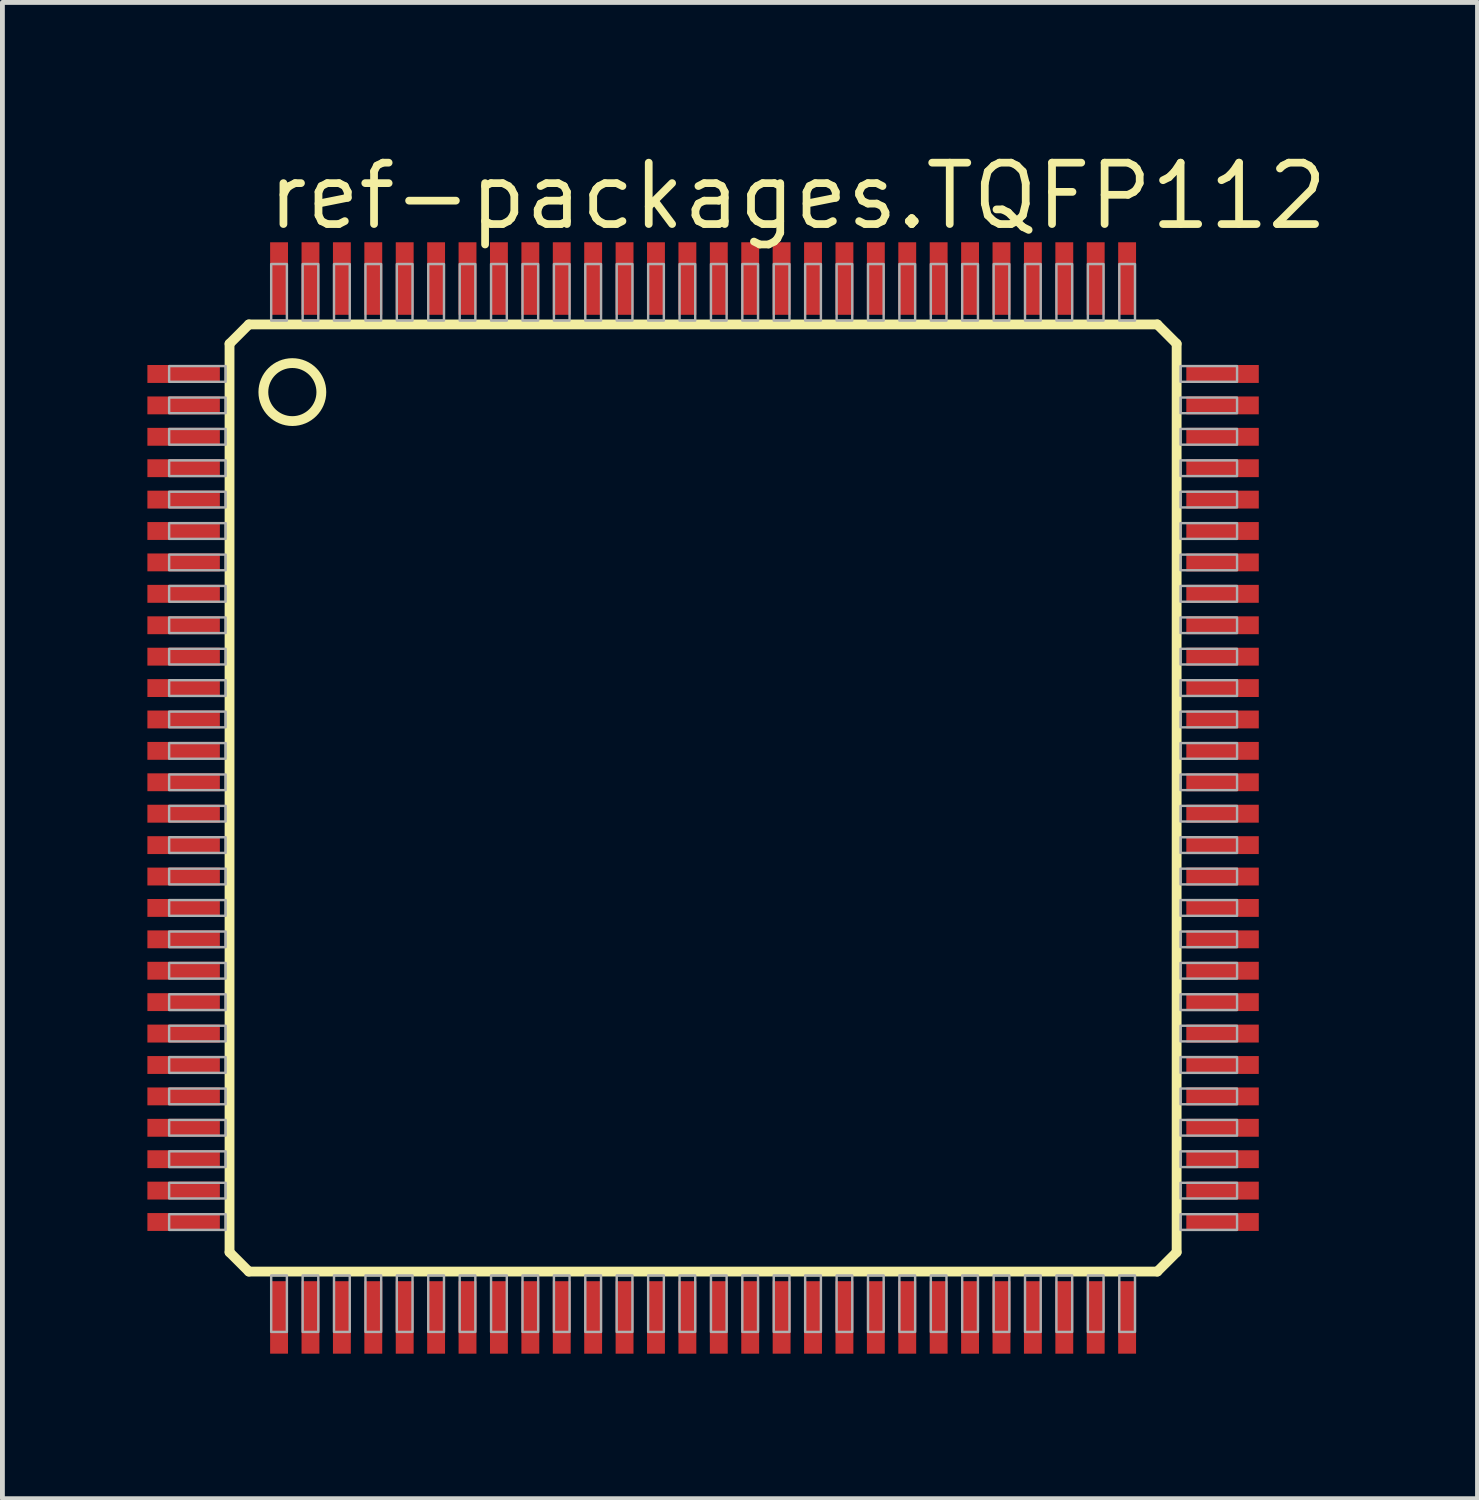
<source format=kicad_pcb>
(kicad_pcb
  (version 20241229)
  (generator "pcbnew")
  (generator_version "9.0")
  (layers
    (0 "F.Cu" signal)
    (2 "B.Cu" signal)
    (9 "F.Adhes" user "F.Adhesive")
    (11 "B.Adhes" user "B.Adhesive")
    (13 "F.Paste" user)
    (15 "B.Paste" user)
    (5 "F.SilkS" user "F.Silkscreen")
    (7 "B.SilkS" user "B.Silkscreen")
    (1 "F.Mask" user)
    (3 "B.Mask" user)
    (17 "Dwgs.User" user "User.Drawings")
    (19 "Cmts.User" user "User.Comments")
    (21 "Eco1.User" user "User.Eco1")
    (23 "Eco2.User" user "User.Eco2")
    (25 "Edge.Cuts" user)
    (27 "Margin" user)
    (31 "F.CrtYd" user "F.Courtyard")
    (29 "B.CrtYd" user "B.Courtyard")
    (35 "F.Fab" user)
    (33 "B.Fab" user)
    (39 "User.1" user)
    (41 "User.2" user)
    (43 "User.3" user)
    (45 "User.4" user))
  (footprint "ref-packages.TQFP112"
    (layer "F.Cu")
    (at 11.5 13.464)
    (property "Reference" "ref-packages.TQFP112" (at -9.092 -11.714 0) (layer "F.SilkS") (effects (font (size 1.27 1.27) (thickness 0.16)) (justify left bottom)))
    (attr smd)
    (fp_line (start -9.8 9.4) (end -9.8 -9.4) (stroke (width 0.203) (type default)) (layer "F.SilkS"))
    (fp_line (start -9.8 9.4) (end -9.4 9.8) (stroke (width 0.203) (type default)) (layer "F.SilkS"))
    (fp_line (start -9.4 -9.8) (end -9.8 -9.4) (stroke (width 0.203) (type default)) (layer "F.SilkS"))
    (fp_line (start -9.4 -9.8) (end 9.4 -9.8) (stroke (width 0.203) (type default)) (layer "F.SilkS"))
    (fp_line (start 9.4 9.8) (end -9.4 9.8) (stroke (width 0.203) (type default)) (layer "F.SilkS"))
    (fp_line (start 9.4 9.8) (end 9.8 9.4) (stroke (width 0.203) (type default)) (layer "F.SilkS"))
    (fp_line (start 9.8 -9.4) (end 9.4 -9.8) (stroke (width 0.203) (type default)) (layer "F.SilkS"))
    (fp_line (start 9.8 -9.4) (end 9.8 9.4) (stroke (width 0.203) (type default)) (layer "F.SilkS"))
    (fp_circle (center -8.5 -8.4) (end -7.9 -8.4) (stroke (width 0.203) (type default)) (fill no) (layer "F.SilkS"))
    (fp_rect (start -11.05 -8.613) (end -9.88 -8.938) (stroke (width 0.05) (type default)) (fill no) (layer "F.Fab"))
    (fp_rect (start -11.05 -7.963) (end -9.88 -8.287) (stroke (width 0.05) (type default)) (fill no) (layer "F.Fab"))
    (fp_rect (start -11.05 -7.312) (end -9.88 -7.638) (stroke (width 0.05) (type default)) (fill no) (layer "F.Fab"))
    (fp_rect (start -11.05 -6.662) (end -9.88 -6.987) (stroke (width 0.05) (type default)) (fill no) (layer "F.Fab"))
    (fp_rect (start -11.05 -6.013) (end -9.88 -6.338) (stroke (width 0.05) (type default)) (fill no) (layer "F.Fab"))
    (fp_rect (start -11.05 -5.362) (end -9.88 -5.688) (stroke (width 0.05) (type default)) (fill no) (layer "F.Fab"))
    (fp_rect (start -11.05 -4.713) (end -9.88 -5.037) (stroke (width 0.05) (type default)) (fill no) (layer "F.Fab"))
    (fp_rect (start -11.05 -4.062) (end -9.88 -4.388) (stroke (width 0.05) (type default)) (fill no) (layer "F.Fab"))
    (fp_rect (start -11.05 -3.413) (end -9.88 -3.737) (stroke (width 0.05) (type default)) (fill no) (layer "F.Fab"))
    (fp_rect (start -11.05 -2.763) (end -9.88 -3.087) (stroke (width 0.05) (type default)) (fill no) (layer "F.Fab"))
    (fp_rect (start -11.05 -2.112) (end -9.88 -2.438) (stroke (width 0.05) (type default)) (fill no) (layer "F.Fab"))
    (fp_rect (start -11.05 -1.462) (end -9.88 -1.788) (stroke (width 0.05) (type default)) (fill no) (layer "F.Fab"))
    (fp_rect (start -11.05 -0.812) (end -9.88 -1.137) (stroke (width 0.05) (type default)) (fill no) (layer "F.Fab"))
    (fp_rect (start -11.05 -0.163) (end -9.88 -0.487) (stroke (width 0.05) (type default)) (fill no) (layer "F.Fab"))
    (fp_rect (start -11.05 0.487) (end -9.88 0.163) (stroke (width 0.05) (type default)) (fill no) (layer "F.Fab"))
    (fp_rect (start -11.05 1.137) (end -9.88 0.812) (stroke (width 0.05) (type default)) (fill no) (layer "F.Fab"))
    (fp_rect (start -11.05 1.788) (end -9.88 1.462) (stroke (width 0.05) (type default)) (fill no) (layer "F.Fab"))
    (fp_rect (start -11.05 2.438) (end -9.88 2.112) (stroke (width 0.05) (type default)) (fill no) (layer "F.Fab"))
    (fp_rect (start -11.05 3.087) (end -9.88 2.763) (stroke (width 0.05) (type default)) (fill no) (layer "F.Fab"))
    (fp_rect (start -11.05 3.737) (end -9.88 3.413) (stroke (width 0.05) (type default)) (fill no) (layer "F.Fab"))
    (fp_rect (start -11.05 4.388) (end -9.88 4.062) (stroke (width 0.05) (type default)) (fill no) (layer "F.Fab"))
    (fp_rect (start -11.05 5.037) (end -9.88 4.713) (stroke (width 0.05) (type default)) (fill no) (layer "F.Fab"))
    (fp_rect (start -11.05 5.688) (end -9.88 5.362) (stroke (width 0.05) (type default)) (fill no) (layer "F.Fab"))
    (fp_rect (start -11.05 6.338) (end -9.88 6.013) (stroke (width 0.05) (type default)) (fill no) (layer "F.Fab"))
    (fp_rect (start -11.05 6.987) (end -9.88 6.662) (stroke (width 0.05) (type default)) (fill no) (layer "F.Fab"))
    (fp_rect (start -11.05 7.638) (end -9.88 7.312) (stroke (width 0.05) (type default)) (fill no) (layer "F.Fab"))
    (fp_rect (start -11.05 8.287) (end -9.88 7.963) (stroke (width 0.05) (type default)) (fill no) (layer "F.Fab"))
    (fp_rect (start -11.05 8.938) (end -9.88 8.613) (stroke (width 0.05) (type default)) (fill no) (layer "F.Fab"))
    (fp_rect (start -8.938 -9.88) (end -8.613 -11.05) (stroke (width 0.05) (type default)) (fill no) (layer "F.Fab"))
    (fp_rect (start -8.938 11.05) (end -8.613 9.88) (stroke (width 0.05) (type default)) (fill no) (layer "F.Fab"))
    (fp_rect (start -8.287 -9.88) (end -7.963 -11.05) (stroke (width 0.05) (type default)) (fill no) (layer "F.Fab"))
    (fp_rect (start -8.287 11.05) (end -7.963 9.88) (stroke (width 0.05) (type default)) (fill no) (layer "F.Fab"))
    (fp_rect (start -7.638 -9.88) (end -7.312 -11.05) (stroke (width 0.05) (type default)) (fill no) (layer "F.Fab"))
    (fp_rect (start -7.638 11.05) (end -7.312 9.88) (stroke (width 0.05) (type default)) (fill no) (layer "F.Fab"))
    (fp_rect (start -6.987 -9.88) (end -6.662 -11.05) (stroke (width 0.05) (type default)) (fill no) (layer "F.Fab"))
    (fp_rect (start -6.987 11.05) (end -6.662 9.88) (stroke (width 0.05) (type default)) (fill no) (layer "F.Fab"))
    (fp_rect (start -6.338 -9.88) (end -6.013 -11.05) (stroke (width 0.05) (type default)) (fill no) (layer "F.Fab"))
    (fp_rect (start -6.338 11.05) (end -6.013 9.88) (stroke (width 0.05) (type default)) (fill no) (layer "F.Fab"))
    (fp_rect (start -5.688 -9.88) (end -5.362 -11.05) (stroke (width 0.05) (type default)) (fill no) (layer "F.Fab"))
    (fp_rect (start -5.688 11.05) (end -5.362 9.88) (stroke (width 0.05) (type default)) (fill no) (layer "F.Fab"))
    (fp_rect (start -5.037 -9.88) (end -4.713 -11.05) (stroke (width 0.05) (type default)) (fill no) (layer "F.Fab"))
    (fp_rect (start -5.037 11.05) (end -4.713 9.88) (stroke (width 0.05) (type default)) (fill no) (layer "F.Fab"))
    (fp_rect (start -4.388 -9.88) (end -4.062 -11.05) (stroke (width 0.05) (type default)) (fill no) (layer "F.Fab"))
    (fp_rect (start -4.388 11.05) (end -4.062 9.88) (stroke (width 0.05) (type default)) (fill no) (layer "F.Fab"))
    (fp_rect (start -3.737 -9.88) (end -3.413 -11.05) (stroke (width 0.05) (type default)) (fill no) (layer "F.Fab"))
    (fp_rect (start -3.737 11.05) (end -3.413 9.88) (stroke (width 0.05) (type default)) (fill no) (layer "F.Fab"))
    (fp_rect (start -3.087 -9.88) (end -2.763 -11.05) (stroke (width 0.05) (type default)) (fill no) (layer "F.Fab"))
    (fp_rect (start -3.087 11.05) (end -2.763 9.88) (stroke (width 0.05) (type default)) (fill no) (layer "F.Fab"))
    (fp_rect (start -2.438 -9.88) (end -2.112 -11.05) (stroke (width 0.05) (type default)) (fill no) (layer "F.Fab"))
    (fp_rect (start -2.438 11.05) (end -2.112 9.88) (stroke (width 0.05) (type default)) (fill no) (layer "F.Fab"))
    (fp_rect (start -1.788 -9.88) (end -1.462 -11.05) (stroke (width 0.05) (type default)) (fill no) (layer "F.Fab"))
    (fp_rect (start -1.788 11.05) (end -1.462 9.88) (stroke (width 0.05) (type default)) (fill no) (layer "F.Fab"))
    (fp_rect (start -1.137 -9.88) (end -0.812 -11.05) (stroke (width 0.05) (type default)) (fill no) (layer "F.Fab"))
    (fp_rect (start -1.137 11.05) (end -0.812 9.88) (stroke (width 0.05) (type default)) (fill no) (layer "F.Fab"))
    (fp_rect (start -0.487 -9.88) (end -0.163 -11.05) (stroke (width 0.05) (type default)) (fill no) (layer "F.Fab"))
    (fp_rect (start -0.487 11.05) (end -0.163 9.88) (stroke (width 0.05) (type default)) (fill no) (layer "F.Fab"))
    (fp_rect (start 0.163 -9.88) (end 0.487 -11.05) (stroke (width 0.05) (type default)) (fill no) (layer "F.Fab"))
    (fp_rect (start 0.163 11.05) (end 0.487 9.88) (stroke (width 0.05) (type default)) (fill no) (layer "F.Fab"))
    (fp_rect (start 0.812 -9.88) (end 1.137 -11.05) (stroke (width 0.05) (type default)) (fill no) (layer "F.Fab"))
    (fp_rect (start 0.812 11.05) (end 1.137 9.88) (stroke (width 0.05) (type default)) (fill no) (layer "F.Fab"))
    (fp_rect (start 1.462 -9.88) (end 1.788 -11.05) (stroke (width 0.05) (type default)) (fill no) (layer "F.Fab"))
    (fp_rect (start 1.462 11.05) (end 1.788 9.88) (stroke (width 0.05) (type default)) (fill no) (layer "F.Fab"))
    (fp_rect (start 2.112 -9.88) (end 2.438 -11.05) (stroke (width 0.05) (type default)) (fill no) (layer "F.Fab"))
    (fp_rect (start 2.112 11.05) (end 2.438 9.88) (stroke (width 0.05) (type default)) (fill no) (layer "F.Fab"))
    (fp_rect (start 2.763 -9.88) (end 3.087 -11.05) (stroke (width 0.05) (type default)) (fill no) (layer "F.Fab"))
    (fp_rect (start 2.763 11.05) (end 3.087 9.88) (stroke (width 0.05) (type default)) (fill no) (layer "F.Fab"))
    (fp_rect (start 3.413 -9.88) (end 3.737 -11.05) (stroke (width 0.05) (type default)) (fill no) (layer "F.Fab"))
    (fp_rect (start 3.413 11.05) (end 3.737 9.88) (stroke (width 0.05) (type default)) (fill no) (layer "F.Fab"))
    (fp_rect (start 4.062 -9.88) (end 4.388 -11.05) (stroke (width 0.05) (type default)) (fill no) (layer "F.Fab"))
    (fp_rect (start 4.062 11.05) (end 4.388 9.88) (stroke (width 0.05) (type default)) (fill no) (layer "F.Fab"))
    (fp_rect (start 4.713 -9.88) (end 5.037 -11.05) (stroke (width 0.05) (type default)) (fill no) (layer "F.Fab"))
    (fp_rect (start 4.713 11.05) (end 5.037 9.88) (stroke (width 0.05) (type default)) (fill no) (layer "F.Fab"))
    (fp_rect (start 5.362 -9.88) (end 5.688 -11.05) (stroke (width 0.05) (type default)) (fill no) (layer "F.Fab"))
    (fp_rect (start 5.362 11.05) (end 5.688 9.88) (stroke (width 0.05) (type default)) (fill no) (layer "F.Fab"))
    (fp_rect (start 6.013 -9.88) (end 6.338 -11.05) (stroke (width 0.05) (type default)) (fill no) (layer "F.Fab"))
    (fp_rect (start 6.013 11.05) (end 6.338 9.88) (stroke (width 0.05) (type default)) (fill no) (layer "F.Fab"))
    (fp_rect (start 6.662 -9.88) (end 6.987 -11.05) (stroke (width 0.05) (type default)) (fill no) (layer "F.Fab"))
    (fp_rect (start 6.662 11.05) (end 6.987 9.88) (stroke (width 0.05) (type default)) (fill no) (layer "F.Fab"))
    (fp_rect (start 7.312 -9.88) (end 7.638 -11.05) (stroke (width 0.05) (type default)) (fill no) (layer "F.Fab"))
    (fp_rect (start 7.312 11.05) (end 7.638 9.88) (stroke (width 0.05) (type default)) (fill no) (layer "F.Fab"))
    (fp_rect (start 7.963 -9.88) (end 8.287 -11.05) (stroke (width 0.05) (type default)) (fill no) (layer "F.Fab"))
    (fp_rect (start 7.963 11.05) (end 8.287 9.88) (stroke (width 0.05) (type default)) (fill no) (layer "F.Fab"))
    (fp_rect (start 8.613 -9.88) (end 8.938 -11.05) (stroke (width 0.05) (type default)) (fill no) (layer "F.Fab"))
    (fp_rect (start 8.613 11.05) (end 8.938 9.88) (stroke (width 0.05) (type default)) (fill no) (layer "F.Fab"))
    (fp_rect (start 9.88 -8.613) (end 11.05 -8.938) (stroke (width 0.05) (type default)) (fill no) (layer "F.Fab"))
    (fp_rect (start 9.88 -7.963) (end 11.05 -8.287) (stroke (width 0.05) (type default)) (fill no) (layer "F.Fab"))
    (fp_rect (start 9.88 -7.312) (end 11.05 -7.638) (stroke (width 0.05) (type default)) (fill no) (layer "F.Fab"))
    (fp_rect (start 9.88 -6.662) (end 11.05 -6.987) (stroke (width 0.05) (type default)) (fill no) (layer "F.Fab"))
    (fp_rect (start 9.88 -6.013) (end 11.05 -6.338) (stroke (width 0.05) (type default)) (fill no) (layer "F.Fab"))
    (fp_rect (start 9.88 -5.362) (end 11.05 -5.688) (stroke (width 0.05) (type default)) (fill no) (layer "F.Fab"))
    (fp_rect (start 9.88 -4.713) (end 11.05 -5.037) (stroke (width 0.05) (type default)) (fill no) (layer "F.Fab"))
    (fp_rect (start 9.88 -4.062) (end 11.05 -4.388) (stroke (width 0.05) (type default)) (fill no) (layer "F.Fab"))
    (fp_rect (start 9.88 -3.413) (end 11.05 -3.737) (stroke (width 0.05) (type default)) (fill no) (layer "F.Fab"))
    (fp_rect (start 9.88 -2.763) (end 11.05 -3.087) (stroke (width 0.05) (type default)) (fill no) (layer "F.Fab"))
    (fp_rect (start 9.88 -2.112) (end 11.05 -2.438) (stroke (width 0.05) (type default)) (fill no) (layer "F.Fab"))
    (fp_rect (start 9.88 -1.462) (end 11.05 -1.788) (stroke (width 0.05) (type default)) (fill no) (layer "F.Fab"))
    (fp_rect (start 9.88 -0.812) (end 11.05 -1.137) (stroke (width 0.05) (type default)) (fill no) (layer "F.Fab"))
    (fp_rect (start 9.88 -0.163) (end 11.05 -0.487) (stroke (width 0.05) (type default)) (fill no) (layer "F.Fab"))
    (fp_rect (start 9.88 0.487) (end 11.05 0.163) (stroke (width 0.05) (type default)) (fill no) (layer "F.Fab"))
    (fp_rect (start 9.88 1.137) (end 11.05 0.812) (stroke (width 0.05) (type default)) (fill no) (layer "F.Fab"))
    (fp_rect (start 9.88 1.788) (end 11.05 1.462) (stroke (width 0.05) (type default)) (fill no) (layer "F.Fab"))
    (fp_rect (start 9.88 2.438) (end 11.05 2.112) (stroke (width 0.05) (type default)) (fill no) (layer "F.Fab"))
    (fp_rect (start 9.88 3.087) (end 11.05 2.763) (stroke (width 0.05) (type default)) (fill no) (layer "F.Fab"))
    (fp_rect (start 9.88 3.737) (end 11.05 3.413) (stroke (width 0.05) (type default)) (fill no) (layer "F.Fab"))
    (fp_rect (start 9.88 4.388) (end 11.05 4.062) (stroke (width 0.05) (type default)) (fill no) (layer "F.Fab"))
    (fp_rect (start 9.88 5.037) (end 11.05 4.713) (stroke (width 0.05) (type default)) (fill no) (layer "F.Fab"))
    (fp_rect (start 9.88 5.688) (end 11.05 5.362) (stroke (width 0.05) (type default)) (fill no) (layer "F.Fab"))
    (fp_rect (start 9.88 6.338) (end 11.05 6.013) (stroke (width 0.05) (type default)) (fill no) (layer "F.Fab"))
    (fp_rect (start 9.88 6.987) (end 11.05 6.662) (stroke (width 0.05) (type default)) (fill no) (layer "F.Fab"))
    (fp_rect (start 9.88 7.638) (end 11.05 7.312) (stroke (width 0.05) (type default)) (fill no) (layer "F.Fab"))
    (fp_rect (start 9.88 8.287) (end 11.05 7.963) (stroke (width 0.05) (type default)) (fill no) (layer "F.Fab"))
    (fp_rect (start 9.88 8.938) (end 11.05 8.613) (stroke (width 0.05) (type default)) (fill no) (layer "F.Fab"))
    (pad "1" smd roundrect (at -10.75 -8.775) (size 1.5 0.37) (layers "F.Cu" "F.Mask" "F.Paste") (roundrect_rratio 0.01))
    (pad "2" smd roundrect (at -10.75 -8.125) (size 1.5 0.37) (layers "F.Cu" "F.Mask" "F.Paste") (roundrect_rratio 0.01))
    (pad "3" smd roundrect (at -10.75 -7.475) (size 1.5 0.37) (layers "F.Cu" "F.Mask" "F.Paste") (roundrect_rratio 0.01))
    (pad "4" smd roundrect (at -10.75 -6.825) (size 1.5 0.37) (layers "F.Cu" "F.Mask" "F.Paste") (roundrect_rratio 0.01))
    (pad "5" smd roundrect (at -10.75 -6.175) (size 1.5 0.37) (layers "F.Cu" "F.Mask" "F.Paste") (roundrect_rratio 0.01))
    (pad "6" smd roundrect (at -10.75 -5.525) (size 1.5 0.37) (layers "F.Cu" "F.Mask" "F.Paste") (roundrect_rratio 0.01))
    (pad "7" smd roundrect (at -10.75 -4.875) (size 1.5 0.37) (layers "F.Cu" "F.Mask" "F.Paste") (roundrect_rratio 0.01))
    (pad "8" smd roundrect (at -10.75 -4.225) (size 1.5 0.37) (layers "F.Cu" "F.Mask" "F.Paste") (roundrect_rratio 0.01))
    (pad "9" smd roundrect (at -10.75 -3.575) (size 1.5 0.37) (layers "F.Cu" "F.Mask" "F.Paste") (roundrect_rratio 0.01))
    (pad "10" smd roundrect (at -10.75 -2.925) (size 1.5 0.37) (layers "F.Cu" "F.Mask" "F.Paste") (roundrect_rratio 0.01))
    (pad "11" smd roundrect (at -10.75 -2.275) (size 1.5 0.37) (layers "F.Cu" "F.Mask" "F.Paste") (roundrect_rratio 0.01))
    (pad "12" smd roundrect (at -10.75 -1.625) (size 1.5 0.37) (layers "F.Cu" "F.Mask" "F.Paste") (roundrect_rratio 0.01))
    (pad "13" smd roundrect (at -10.75 -0.975) (size 1.5 0.37) (layers "F.Cu" "F.Mask" "F.Paste") (roundrect_rratio 0.01))
    (pad "14" smd roundrect (at -10.75 -0.325) (size 1.5 0.37) (layers "F.Cu" "F.Mask" "F.Paste") (roundrect_rratio 0.01))
    (pad "15" smd roundrect (at -10.75 0.325) (size 1.5 0.37) (layers "F.Cu" "F.Mask" "F.Paste") (roundrect_rratio 0.01))
    (pad "16" smd roundrect (at -10.75 0.975) (size 1.5 0.37) (layers "F.Cu" "F.Mask" "F.Paste") (roundrect_rratio 0.01))
    (pad "17" smd roundrect (at -10.75 1.625) (size 1.5 0.37) (layers "F.Cu" "F.Mask" "F.Paste") (roundrect_rratio 0.01))
    (pad "18" smd roundrect (at -10.75 2.275) (size 1.5 0.37) (layers "F.Cu" "F.Mask" "F.Paste") (roundrect_rratio 0.01))
    (pad "19" smd roundrect (at -10.75 2.925) (size 1.5 0.37) (layers "F.Cu" "F.Mask" "F.Paste") (roundrect_rratio 0.01))
    (pad "20" smd roundrect (at -10.75 3.575) (size 1.5 0.37) (layers "F.Cu" "F.Mask" "F.Paste") (roundrect_rratio 0.01))
    (pad "21" smd roundrect (at -10.75 4.225) (size 1.5 0.37) (layers "F.Cu" "F.Mask" "F.Paste") (roundrect_rratio 0.01))
    (pad "22" smd roundrect (at -10.75 4.875) (size 1.5 0.37) (layers "F.Cu" "F.Mask" "F.Paste") (roundrect_rratio 0.01))
    (pad "23" smd roundrect (at -10.75 5.525) (size 1.5 0.37) (layers "F.Cu" "F.Mask" "F.Paste") (roundrect_rratio 0.01))
    (pad "24" smd roundrect (at -10.75 6.175) (size 1.5 0.37) (layers "F.Cu" "F.Mask" "F.Paste") (roundrect_rratio 0.01))
    (pad "25" smd roundrect (at -10.75 6.825) (size 1.5 0.37) (layers "F.Cu" "F.Mask" "F.Paste") (roundrect_rratio 0.01))
    (pad "26" smd roundrect (at -10.75 7.475) (size 1.5 0.37) (layers "F.Cu" "F.Mask" "F.Paste") (roundrect_rratio 0.01))
    (pad "27" smd roundrect (at -10.75 8.125) (size 1.5 0.37) (layers "F.Cu" "F.Mask" "F.Paste") (roundrect_rratio 0.01))
    (pad "28" smd roundrect (at -10.75 8.775) (size 1.5 0.37) (layers "F.Cu" "F.Mask" "F.Paste") (roundrect_rratio 0.01))
    (pad "29" smd roundrect (at -8.775 10.75) (size 0.37 1.5) (layers "F.Cu" "F.Mask" "F.Paste") (roundrect_rratio 0.01))
    (pad "30" smd roundrect (at -8.125 10.75) (size 0.37 1.5) (layers "F.Cu" "F.Mask" "F.Paste") (roundrect_rratio 0.01))
    (pad "31" smd roundrect (at -7.475 10.75) (size 0.37 1.5) (layers "F.Cu" "F.Mask" "F.Paste") (roundrect_rratio 0.01))
    (pad "32" smd roundrect (at -6.825 10.75) (size 0.37 1.5) (layers "F.Cu" "F.Mask" "F.Paste") (roundrect_rratio 0.01))
    (pad "33" smd roundrect (at -6.175 10.75) (size 0.37 1.5) (layers "F.Cu" "F.Mask" "F.Paste") (roundrect_rratio 0.01))
    (pad "34" smd roundrect (at -5.525 10.75) (size 0.37 1.5) (layers "F.Cu" "F.Mask" "F.Paste") (roundrect_rratio 0.01))
    (pad "35" smd roundrect (at -4.875 10.75) (size 0.37 1.5) (layers "F.Cu" "F.Mask" "F.Paste") (roundrect_rratio 0.01))
    (pad "36" smd roundrect (at -4.225 10.75) (size 0.37 1.5) (layers "F.Cu" "F.Mask" "F.Paste") (roundrect_rratio 0.01))
    (pad "37" smd roundrect (at -3.575 10.75) (size 0.37 1.5) (layers "F.Cu" "F.Mask" "F.Paste") (roundrect_rratio 0.01))
    (pad "38" smd roundrect (at -2.925 10.75) (size 0.37 1.5) (layers "F.Cu" "F.Mask" "F.Paste") (roundrect_rratio 0.01))
    (pad "39" smd roundrect (at -2.275 10.75) (size 0.37 1.5) (layers "F.Cu" "F.Mask" "F.Paste") (roundrect_rratio 0.01))
    (pad "40" smd roundrect (at -1.625 10.75) (size 0.37 1.5) (layers "F.Cu" "F.Mask" "F.Paste") (roundrect_rratio 0.01))
    (pad "41" smd roundrect (at -0.975 10.75) (size 0.37 1.5) (layers "F.Cu" "F.Mask" "F.Paste") (roundrect_rratio 0.01))
    (pad "42" smd roundrect (at -0.325 10.75) (size 0.37 1.5) (layers "F.Cu" "F.Mask" "F.Paste") (roundrect_rratio 0.01))
    (pad "43" smd roundrect (at 0.325 10.75) (size 0.37 1.5) (layers "F.Cu" "F.Mask" "F.Paste") (roundrect_rratio 0.01))
    (pad "44" smd roundrect (at 0.975 10.75) (size 0.37 1.5) (layers "F.Cu" "F.Mask" "F.Paste") (roundrect_rratio 0.01))
    (pad "45" smd roundrect (at 1.625 10.75) (size 0.37 1.5) (layers "F.Cu" "F.Mask" "F.Paste") (roundrect_rratio 0.01))
    (pad "46" smd roundrect (at 2.275 10.75) (size 0.37 1.5) (layers "F.Cu" "F.Mask" "F.Paste") (roundrect_rratio 0.01))
    (pad "47" smd roundrect (at 2.925 10.75) (size 0.37 1.5) (layers "F.Cu" "F.Mask" "F.Paste") (roundrect_rratio 0.01))
    (pad "48" smd roundrect (at 3.575 10.75) (size 0.37 1.5) (layers "F.Cu" "F.Mask" "F.Paste") (roundrect_rratio 0.01))
    (pad "49" smd roundrect (at 4.225 10.75) (size 0.37 1.5) (layers "F.Cu" "F.Mask" "F.Paste") (roundrect_rratio 0.01))
    (pad "50" smd roundrect (at 4.875 10.75) (size 0.37 1.5) (layers "F.Cu" "F.Mask" "F.Paste") (roundrect_rratio 0.01))
    (pad "51" smd roundrect (at 5.525 10.75) (size 0.37 1.5) (layers "F.Cu" "F.Mask" "F.Paste") (roundrect_rratio 0.01))
    (pad "52" smd roundrect (at 6.175 10.75) (size 0.37 1.5) (layers "F.Cu" "F.Mask" "F.Paste") (roundrect_rratio 0.01))
    (pad "53" smd roundrect (at 6.825 10.75) (size 0.37 1.5) (layers "F.Cu" "F.Mask" "F.Paste") (roundrect_rratio 0.01))
    (pad "54" smd roundrect (at 7.475 10.75) (size 0.37 1.5) (layers "F.Cu" "F.Mask" "F.Paste") (roundrect_rratio 0.01))
    (pad "55" smd roundrect (at 8.125 10.75) (size 0.37 1.5) (layers "F.Cu" "F.Mask" "F.Paste") (roundrect_rratio 0.01))
    (pad "56" smd roundrect (at 8.775 10.75) (size 0.37 1.5) (layers "F.Cu" "F.Mask" "F.Paste") (roundrect_rratio 0.01))
    (pad "57" smd roundrect (at 10.75 8.775) (size 1.5 0.37) (layers "F.Cu" "F.Mask" "F.Paste") (roundrect_rratio 0.01))
    (pad "58" smd roundrect (at 10.75 8.125) (size 1.5 0.37) (layers "F.Cu" "F.Mask" "F.Paste") (roundrect_rratio 0.01))
    (pad "59" smd roundrect (at 10.75 7.475) (size 1.5 0.37) (layers "F.Cu" "F.Mask" "F.Paste") (roundrect_rratio 0.01))
    (pad "60" smd roundrect (at 10.75 6.825) (size 1.5 0.37) (layers "F.Cu" "F.Mask" "F.Paste") (roundrect_rratio 0.01))
    (pad "61" smd roundrect (at 10.75 6.175) (size 1.5 0.37) (layers "F.Cu" "F.Mask" "F.Paste") (roundrect_rratio 0.01))
    (pad "62" smd roundrect (at 10.75 5.525) (size 1.5 0.37) (layers "F.Cu" "F.Mask" "F.Paste") (roundrect_rratio 0.01))
    (pad "63" smd roundrect (at 10.75 4.875) (size 1.5 0.37) (layers "F.Cu" "F.Mask" "F.Paste") (roundrect_rratio 0.01))
    (pad "64" smd roundrect (at 10.75 4.225) (size 1.5 0.37) (layers "F.Cu" "F.Mask" "F.Paste") (roundrect_rratio 0.01))
    (pad "65" smd roundrect (at 10.75 3.575) (size 1.5 0.37) (layers "F.Cu" "F.Mask" "F.Paste") (roundrect_rratio 0.01))
    (pad "66" smd roundrect (at 10.75 2.925) (size 1.5 0.37) (layers "F.Cu" "F.Mask" "F.Paste") (roundrect_rratio 0.01))
    (pad "67" smd roundrect (at 10.75 2.275) (size 1.5 0.37) (layers "F.Cu" "F.Mask" "F.Paste") (roundrect_rratio 0.01))
    (pad "68" smd roundrect (at 10.75 1.625) (size 1.5 0.37) (layers "F.Cu" "F.Mask" "F.Paste") (roundrect_rratio 0.01))
    (pad "69" smd roundrect (at 10.75 0.975) (size 1.5 0.37) (layers "F.Cu" "F.Mask" "F.Paste") (roundrect_rratio 0.01))
    (pad "70" smd roundrect (at 10.75 0.325) (size 1.5 0.37) (layers "F.Cu" "F.Mask" "F.Paste") (roundrect_rratio 0.01))
    (pad "71" smd roundrect (at 10.75 -0.325) (size 1.5 0.37) (layers "F.Cu" "F.Mask" "F.Paste") (roundrect_rratio 0.01))
    (pad "72" smd roundrect (at 10.75 -0.975) (size 1.5 0.37) (layers "F.Cu" "F.Mask" "F.Paste") (roundrect_rratio 0.01))
    (pad "73" smd roundrect (at 10.75 -1.625) (size 1.5 0.37) (layers "F.Cu" "F.Mask" "F.Paste") (roundrect_rratio 0.01))
    (pad "74" smd roundrect (at 10.75 -2.275) (size 1.5 0.37) (layers "F.Cu" "F.Mask" "F.Paste") (roundrect_rratio 0.01))
    (pad "75" smd roundrect (at 10.75 -2.925) (size 1.5 0.37) (layers "F.Cu" "F.Mask" "F.Paste") (roundrect_rratio 0.01))
    (pad "76" smd roundrect (at 10.75 -3.575) (size 1.5 0.37) (layers "F.Cu" "F.Mask" "F.Paste") (roundrect_rratio 0.01))
    (pad "77" smd roundrect (at 10.75 -4.225) (size 1.5 0.37) (layers "F.Cu" "F.Mask" "F.Paste") (roundrect_rratio 0.01))
    (pad "78" smd roundrect (at 10.75 -4.875) (size 1.5 0.37) (layers "F.Cu" "F.Mask" "F.Paste") (roundrect_rratio 0.01))
    (pad "79" smd roundrect (at 10.75 -5.525) (size 1.5 0.37) (layers "F.Cu" "F.Mask" "F.Paste") (roundrect_rratio 0.01))
    (pad "80" smd roundrect (at 10.75 -6.175) (size 1.5 0.37) (layers "F.Cu" "F.Mask" "F.Paste") (roundrect_rratio 0.01))
    (pad "81" smd roundrect (at 10.75 -6.825) (size 1.5 0.37) (layers "F.Cu" "F.Mask" "F.Paste") (roundrect_rratio 0.01))
    (pad "82" smd roundrect (at 10.75 -7.475) (size 1.5 0.37) (layers "F.Cu" "F.Mask" "F.Paste") (roundrect_rratio 0.01))
    (pad "83" smd roundrect (at 10.75 -8.125) (size 1.5 0.37) (layers "F.Cu" "F.Mask" "F.Paste") (roundrect_rratio 0.01))
    (pad "84" smd roundrect (at 10.75 -8.775) (size 1.5 0.37) (layers "F.Cu" "F.Mask" "F.Paste") (roundrect_rratio 0.01))
    (pad "85" smd roundrect (at 8.775 -10.75) (size 0.37 1.5) (layers "F.Cu" "F.Mask" "F.Paste") (roundrect_rratio 0.01))
    (pad "86" smd roundrect (at 8.125 -10.75) (size 0.37 1.5) (layers "F.Cu" "F.Mask" "F.Paste") (roundrect_rratio 0.01))
    (pad "87" smd roundrect (at 7.475 -10.75) (size 0.37 1.5) (layers "F.Cu" "F.Mask" "F.Paste") (roundrect_rratio 0.01))
    (pad "88" smd roundrect (at 6.825 -10.75) (size 0.37 1.5) (layers "F.Cu" "F.Mask" "F.Paste") (roundrect_rratio 0.01))
    (pad "89" smd roundrect (at 6.175 -10.75) (size 0.37 1.5) (layers "F.Cu" "F.Mask" "F.Paste") (roundrect_rratio 0.01))
    (pad "90" smd roundrect (at 5.525 -10.75) (size 0.37 1.5) (layers "F.Cu" "F.Mask" "F.Paste") (roundrect_rratio 0.01))
    (pad "91" smd roundrect (at 4.875 -10.75) (size 0.37 1.5) (layers "F.Cu" "F.Mask" "F.Paste") (roundrect_rratio 0.01))
    (pad "92" smd roundrect (at 4.225 -10.75) (size 0.37 1.5) (layers "F.Cu" "F.Mask" "F.Paste") (roundrect_rratio 0.01))
    (pad "93" smd roundrect (at 3.575 -10.75) (size 0.37 1.5) (layers "F.Cu" "F.Mask" "F.Paste") (roundrect_rratio 0.01))
    (pad "94" smd roundrect (at 2.925 -10.75) (size 0.37 1.5) (layers "F.Cu" "F.Mask" "F.Paste") (roundrect_rratio 0.01))
    (pad "95" smd roundrect (at 2.275 -10.75) (size 0.37 1.5) (layers "F.Cu" "F.Mask" "F.Paste") (roundrect_rratio 0.01))
    (pad "96" smd roundrect (at 1.625 -10.75) (size 0.37 1.5) (layers "F.Cu" "F.Mask" "F.Paste") (roundrect_rratio 0.01))
    (pad "97" smd roundrect (at 0.975 -10.75) (size 0.37 1.5) (layers "F.Cu" "F.Mask" "F.Paste") (roundrect_rratio 0.01))
    (pad "98" smd roundrect (at 0.325 -10.75) (size 0.37 1.5) (layers "F.Cu" "F.Mask" "F.Paste") (roundrect_rratio 0.01))
    (pad "99" smd roundrect (at -0.325 -10.75) (size 0.37 1.5) (layers "F.Cu" "F.Mask" "F.Paste") (roundrect_rratio 0.01))
    (pad "100" smd roundrect (at -0.975 -10.75) (size 0.37 1.5) (layers "F.Cu" "F.Mask" "F.Paste") (roundrect_rratio 0.01))
    (pad "101" smd roundrect (at -1.625 -10.75) (size 0.37 1.5) (layers "F.Cu" "F.Mask" "F.Paste") (roundrect_rratio 0.01))
    (pad "102" smd roundrect (at -2.275 -10.75) (size 0.37 1.5) (layers "F.Cu" "F.Mask" "F.Paste") (roundrect_rratio 0.01))
    (pad "103" smd roundrect (at -2.925 -10.75) (size 0.37 1.5) (layers "F.Cu" "F.Mask" "F.Paste") (roundrect_rratio 0.01))
    (pad "104" smd roundrect (at -3.575 -10.75) (size 0.37 1.5) (layers "F.Cu" "F.Mask" "F.Paste") (roundrect_rratio 0.01))
    (pad "105" smd roundrect (at -4.225 -10.75) (size 0.37 1.5) (layers "F.Cu" "F.Mask" "F.Paste") (roundrect_rratio 0.01))
    (pad "106" smd roundrect (at -4.875 -10.75) (size 0.37 1.5) (layers "F.Cu" "F.Mask" "F.Paste") (roundrect_rratio 0.01))
    (pad "107" smd roundrect (at -5.525 -10.75) (size 0.37 1.5) (layers "F.Cu" "F.Mask" "F.Paste") (roundrect_rratio 0.01))
    (pad "108" smd roundrect (at -6.175 -10.75) (size 0.37 1.5) (layers "F.Cu" "F.Mask" "F.Paste") (roundrect_rratio 0.01))
    (pad "109" smd roundrect (at -6.825 -10.75) (size 0.37 1.5) (layers "F.Cu" "F.Mask" "F.Paste") (roundrect_rratio 0.01))
    (pad "110" smd roundrect (at -7.475 -10.75) (size 0.37 1.5) (layers "F.Cu" "F.Mask" "F.Paste") (roundrect_rratio 0.01))
    (pad "111" smd roundrect (at -8.125 -10.75) (size 0.37 1.5) (layers "F.Cu" "F.Mask" "F.Paste") (roundrect_rratio 0.01))
    (pad "112" smd roundrect (at -8.775 -10.75) (size 0.37 1.5) (layers "F.Cu" "F.Mask" "F.Paste") (roundrect_rratio 0.01)))
  (gr_rect
    (start -3 -3)
    (end 27.526 27.964)
    (stroke (width 0.1) (type default))
    (fill no)
    (layer "Edge.Cuts")))
</source>
